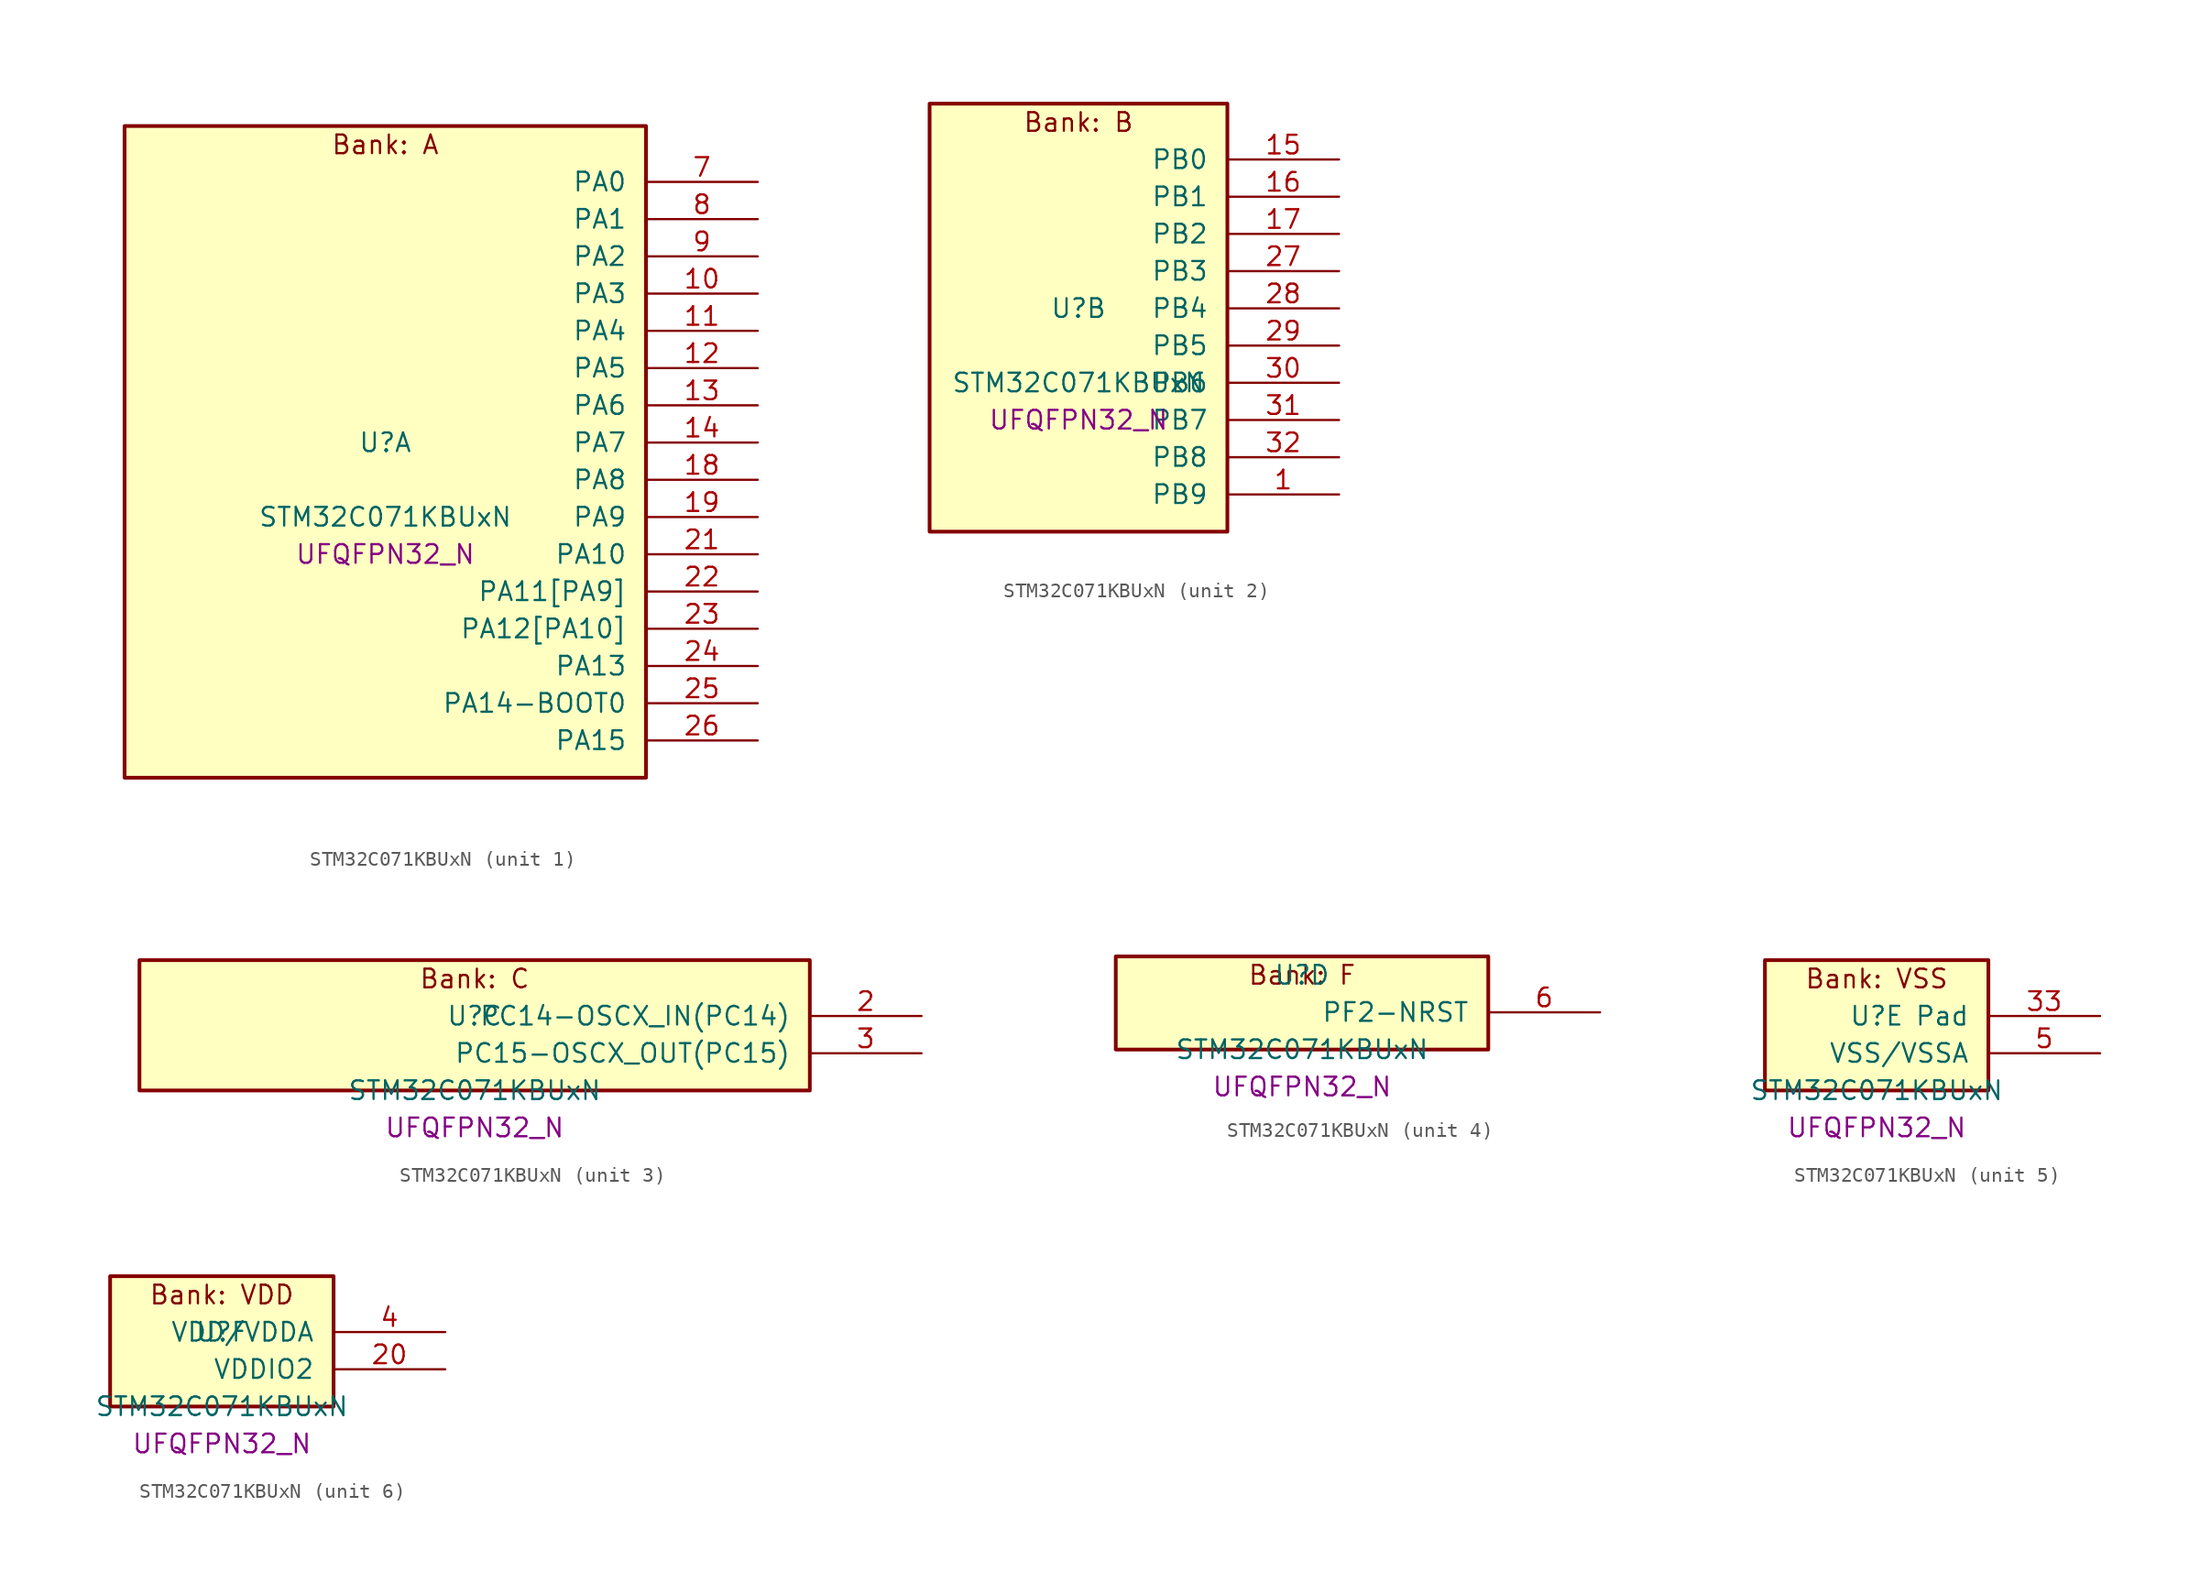
<source format=kicad_sym>
(kicad_symbol_lib
  (version 20241209)
  (generator "stm32_pkl_generator")
  (generator_version "1.0")
  (symbol "STM32C071KBUxN"
    (pin_names
      (offset 1.27))
    (property "Reference" "U"
      (at 0 2.54 0))
    (property "Value" "STM32C071KBUxN"
      (at 0 -2.54 0))
    (property "Footprint" "UFQFPN32_N"
      (at 0 -5.08 0))
    (symbol "STM32C071KBUxN_1_1"
      (rectangle (start -17.78 24.13) (end 17.78 -20.32) (stroke (width 0.254) (type solid)) (fill (type background)))
      (text "Bank: A" (at 0 22.86 0))
      (pin bidirectional line (at 25.4 20.32 180) (length 7.62) (name "PA0") (number "7") (alternate "PA0/ADC1_IN0" bidirectional line) (alternate "PA0/PWR_WKUP1" bidirectional line) (alternate "PA0/SPI2_SCK" bidirectional line) (alternate "PA0/TIM16_CH1" bidirectional line) (alternate "PA0/TIM1_CH1" bidirectional line) (alternate "PA0/TIM2_CH1" bidirectional line) (alternate "PA0/TIM2_ETR" bidirectional line) (alternate "PA0/USART1_TX" bidirectional line) (alternate "PA0/USART2_CTS" bidirectional line) (alternate "PA0/USART2_NSS" bidirectional line))
      (pin bidirectional line (at 25.4 17.78 180) (length 7.62) (name "PA1") (number "8") (alternate "PA1/ADC1_IN1" bidirectional line) (alternate "PA1/I2C1_SMBA" bidirectional line) (alternate "PA1/I2S1_CK" bidirectional line) (alternate "PA1/SPI1_SCK" bidirectional line) (alternate "PA1/TIM17_CH1" bidirectional line) (alternate "PA1/TIM1_CH2" bidirectional line) (alternate "PA1/TIM2_CH2" bidirectional line) (alternate "PA1/USART1_RX" bidirectional line) (alternate "PA1/USART2_CK" bidirectional line) (alternate "PA1/USART2_DE" bidirectional line) (alternate "PA1/USART2_RTS" bidirectional line))
      (pin bidirectional line (at 25.4 15.24 180) (length 7.62) (name "PA2") (number "9") (alternate "PA2/ADC1_IN2" bidirectional line) (alternate "PA2/I2S1_SD" bidirectional line) (alternate "PA2/PWR_WKUP4" bidirectional line) (alternate "PA2/RCC_LSCO" bidirectional line) (alternate "PA2/SPI1_MOSI" bidirectional line) (alternate "PA2/TIM16_CH1N" bidirectional line) (alternate "PA2/TIM1_CH3" bidirectional line) (alternate "PA2/TIM2_CH3" bidirectional line) (alternate "PA2/TIM3_ETR" bidirectional line) (alternate "PA2/USART2_TX" bidirectional line))
      (pin bidirectional line (at 25.4 12.7 180) (length 7.62) (name "PA3") (number "10") (alternate "PA3/ADC1_IN3" bidirectional line) (alternate "PA3/SPI2_MISO" bidirectional line) (alternate "PA3/TIM1_CH1N" bidirectional line) (alternate "PA3/TIM1_CH4" bidirectional line) (alternate "PA3/TIM2_CH4" bidirectional line) (alternate "PA3/USART2_RX" bidirectional line))
      (pin bidirectional line (at 25.4 10.16 180) (length 7.62) (name "PA4") (number "11") (alternate "PA4/ADC1_IN4" bidirectional line) (alternate "PA4/I2S1_WS" bidirectional line) (alternate "PA4/PWR_WKUP2" bidirectional line) (alternate "PA4/RTC_OUT1" bidirectional line) (alternate "PA4/RTC_TS" bidirectional line) (alternate "PA4/SPI1_NSS" bidirectional line) (alternate "PA4/SPI2_MOSI" bidirectional line) (alternate "PA4/TIM14_CH1" bidirectional line) (alternate "PA4/TIM17_CH1N" bidirectional line) (alternate "PA4/TIM1_CH2N" bidirectional line) (alternate "PA4/USART2_TX" bidirectional line) (alternate "PA4/USB_NOE" bidirectional line))
      (pin bidirectional line (at 25.4 7.62 180) (length 7.62) (name "PA5") (number "12") (alternate "PA5/ADC1_IN5" bidirectional line) (alternate "PA5/I2S1_CK" bidirectional line) (alternate "PA5/SPI1_SCK" bidirectional line) (alternate "PA5/TIM1_CH1" bidirectional line) (alternate "PA5/TIM1_CH3N" bidirectional line) (alternate "PA5/TIM2_CH1" bidirectional line) (alternate "PA5/TIM2_ETR" bidirectional line) (alternate "PA5/USART2_RX" bidirectional line))
      (pin bidirectional line (at 25.4 5.08 180) (length 7.62) (name "PA6") (number "13") (alternate "PA6/ADC1_IN6" bidirectional line) (alternate "PA6/I2C2_SDA" bidirectional line) (alternate "PA6/I2S1_MCK" bidirectional line) (alternate "PA6/SPI1_MISO" bidirectional line) (alternate "PA6/TIM16_CH1" bidirectional line) (alternate "PA6/TIM1_BKIN" bidirectional line) (alternate "PA6/TIM3_CH1" bidirectional line))
      (pin bidirectional line (at 25.4 2.54 180) (length 7.62) (name "PA7") (number "14") (alternate "PA7/ADC1_IN7" bidirectional line) (alternate "PA7/I2C2_SCL" bidirectional line) (alternate "PA7/I2S1_SD" bidirectional line) (alternate "PA7/SPI1_MOSI" bidirectional line) (alternate "PA7/TIM14_CH1" bidirectional line) (alternate "PA7/TIM17_CH1" bidirectional line) (alternate "PA7/TIM1_CH1N" bidirectional line) (alternate "PA7/TIM3_CH2" bidirectional line))
      (pin bidirectional line (at 25.4 0 180) (length 7.62) (name "PA8") (number "18") (alternate "PA8/ADC1_IN8" bidirectional line) (alternate "PA8/CRS_SYNC" bidirectional line) (alternate "PA8/I2S1_WS" bidirectional line) (alternate "PA8/RCC_MCO" bidirectional line) (alternate "PA8/RCC_MCO_2" bidirectional line) (alternate "PA8/SPI1_NSS" bidirectional line) (alternate "PA8/SPI2_MISO" bidirectional line) (alternate "PA8/SPI2_NSS" bidirectional line) (alternate "PA8/TIM14_CH1" bidirectional line) (alternate "PA8/TIM1_CH1" bidirectional line) (alternate "PA8/TIM1_CH2N" bidirectional line) (alternate "PA8/TIM1_CH3N" bidirectional line) (alternate "PA8/TIM3_CH3" bidirectional line) (alternate "PA8/TIM3_CH4" bidirectional line) (alternate "PA8/USART1_RX" bidirectional line) (alternate "PA8/USART2_TX" bidirectional line))
      (pin bidirectional line (at 25.4 -2.54 180) (length 7.62) (name "PA9") (number "19") (alternate "PA9/I2C1_SCL" bidirectional line) (alternate "PA9/I2C2_SCL" bidirectional line) (alternate "PA9/RCC_MCO" bidirectional line) (alternate "PA9/SPI2_MISO" bidirectional line) (alternate "PA9/TIM1_CH2" bidirectional line) (alternate "PA9/TIM3_ETR" bidirectional line) (alternate "PA9/USART1_TX" bidirectional line) (alternate "PA9/NC" bidirectional line))
      (pin bidirectional line (at 25.4 -5.08 180) (length 7.62) (name "PA10") (number "21") (alternate "PA10/I2C1_SDA" bidirectional line) (alternate "PA10/I2C2_SDA" bidirectional line) (alternate "PA10/RCC_MCO_2" bidirectional line) (alternate "PA10/SPI2_MOSI" bidirectional line) (alternate "PA10/TIM17_BKIN" bidirectional line) (alternate "PA10/TIM1_CH3" bidirectional line) (alternate "PA10/USART1_RX" bidirectional line) (alternate "PA10/NC" bidirectional line))
      (pin bidirectional line (at 25.4 -7.62 180) (length 7.62) (name "PA11[PA9]") (number "22") (alternate "PA11[PA9]/ADC1_EXTI11" bidirectional line) (alternate "PA11[PA9]/I2C2_SCL" bidirectional line) (alternate "PA11[PA9]/I2S1_MCK" bidirectional line) (alternate "PA11[PA9]/SPI1_MISO" bidirectional line) (alternate "PA11[PA9]/TIM1_BKIN2" bidirectional line) (alternate "PA11[PA9]/TIM1_CH4" bidirectional line) (alternate "PA11[PA9]/USART1_CTS" bidirectional line) (alternate "PA11[PA9]/USART1_NSS" bidirectional line) (alternate "PA11[PA9]/USB_DM" bidirectional line) (alternate "PA11[PA9]/PA9[PA11]" bidirectional line) (alternate "PA11[PA9]/I2C1_SCL" bidirectional line) (alternate "PA11[PA9]/RCC_MCO" bidirectional line) (alternate "PA11[PA9]/SPI2_MISO" bidirectional line) (alternate "PA11[PA9]/TIM1_CH2" bidirectional line) (alternate "PA11[PA9]/TIM3_ETR" bidirectional line) (alternate "PA11[PA9]/USART1_TX" bidirectional line))
      (pin bidirectional line (at 25.4 -10.16 180) (length 7.62) (name "PA12[PA10]") (number "23") (alternate "PA12[PA10]/I2C2_SDA" bidirectional line) (alternate "PA12[PA10]/I2S1_SD" bidirectional line) (alternate "PA12[PA10]/I2S_CKIN" bidirectional line) (alternate "PA12[PA10]/SPI1_MOSI" bidirectional line) (alternate "PA12[PA10]/TIM1_ETR" bidirectional line) (alternate "PA12[PA10]/USART1_CK" bidirectional line) (alternate "PA12[PA10]/USART1_DE" bidirectional line) (alternate "PA12[PA10]/USART1_RTS" bidirectional line) (alternate "PA12[PA10]/USB_DP" bidirectional line) (alternate "PA12[PA10]/PA10[PA12]" bidirectional line) (alternate "PA12[PA10]/I2C1_SDA" bidirectional line) (alternate "PA12[PA10]/RCC_MCO_2" bidirectional line) (alternate "PA12[PA10]/SPI2_MOSI" bidirectional line) (alternate "PA12[PA10]/TIM17_BKIN" bidirectional line) (alternate "PA12[PA10]/TIM1_CH3" bidirectional line) (alternate "PA12[PA10]/USART1_RX" bidirectional line))
      (pin bidirectional line (at 25.4 -12.7 180) (length 7.62) (name "PA13") (number "24") (alternate "PA13/ADC1_IN13" bidirectional line) (alternate "PA13/DEBUG_SWDIO" bidirectional line) (alternate "PA13/IR_OUT" bidirectional line) (alternate "PA13/TIM3_ETR" bidirectional line) (alternate "PA13/USART2_RX" bidirectional line) (alternate "PA13/USB_NOE" bidirectional line))
      (pin bidirectional line (at 25.4 -15.24 180) (length 7.62) (name "PA14-BOOT0") (number "25") (alternate "PA14-BOOT0/ADC1_IN14" bidirectional line) (alternate "PA14-BOOT0/DEBUG_SWCLK" bidirectional line) (alternate "PA14-BOOT0/I2S1_WS" bidirectional line) (alternate "PA14-BOOT0/RCC_MCO_2" bidirectional line) (alternate "PA14-BOOT0/SPI1_NSS" bidirectional line) (alternate "PA14-BOOT0/TIM1_CH1" bidirectional line) (alternate "PA14-BOOT0/USART1_CK" bidirectional line) (alternate "PA14-BOOT0/USART1_DE" bidirectional line) (alternate "PA14-BOOT0/USART1_RTS" bidirectional line) (alternate "PA14-BOOT0/USART2_RX" bidirectional line) (alternate "PA14-BOOT0/USART2_TX" bidirectional line))
      (pin bidirectional line (at 25.4 -17.78 180) (length 7.62) (name "PA15") (number "26") (alternate "PA15/I2S1_WS" bidirectional line) (alternate "PA15/RCC_MCO_2" bidirectional line) (alternate "PA15/SPI1_NSS" bidirectional line) (alternate "PA15/TIM1_CH1" bidirectional line) (alternate "PA15/TIM2_CH1" bidirectional line) (alternate "PA15/TIM2_ETR" bidirectional line) (alternate "PA15/USART1_CK" bidirectional line) (alternate "PA15/USART1_DE" bidirectional line) (alternate "PA15/USART1_RTS" bidirectional line) (alternate "PA15/USART2_RX" bidirectional line) (alternate "PA15/USB_NOE" bidirectional line)))
    (symbol "STM32C071KBUxN_2_1"
      (rectangle (start -10.16 16.51) (end 10.16 -12.7) (stroke (width 0.254) (type solid)) (fill (type background)))
      (text "Bank: B" (at 0 15.24 0))
      (pin bidirectional line (at 17.78 12.7 180) (length 7.62) (name "PB0") (number "15") (alternate "PB0/ADC1_IN17" bidirectional line) (alternate "PB0/I2S1_WS" bidirectional line) (alternate "PB0/SPI1_NSS" bidirectional line) (alternate "PB0/TIM1_CH2N" bidirectional line) (alternate "PB0/TIM3_CH3" bidirectional line))
      (pin bidirectional line (at 17.78 10.16 180) (length 7.62) (name "PB1") (number "16") (alternate "PB1/ADC1_IN18" bidirectional line) (alternate "PB1/TIM14_CH1" bidirectional line) (alternate "PB1/TIM1_CH2N" bidirectional line) (alternate "PB1/TIM1_CH3N" bidirectional line) (alternate "PB1/TIM3_CH4" bidirectional line))
      (pin bidirectional line (at 17.78 7.62 180) (length 7.62) (name "PB2") (number "17") (alternate "PB2/ADC1_IN19" bidirectional line) (alternate "PB2/RCC_MCO_2" bidirectional line) (alternate "PB2/SPI2_MISO" bidirectional line) (alternate "PB2/USART1_RX" bidirectional line))
      (pin bidirectional line (at 17.78 5.08 180) (length 7.62) (name "PB3") (number "27") (alternate "PB3/I2C2_SCL" bidirectional line) (alternate "PB3/I2S1_CK" bidirectional line) (alternate "PB3/SPI1_SCK" bidirectional line) (alternate "PB3/TIM1_CH2" bidirectional line) (alternate "PB3/TIM2_CH2" bidirectional line) (alternate "PB3/TIM3_CH2" bidirectional line) (alternate "PB3/USART1_CK" bidirectional line) (alternate "PB3/USART1_DE" bidirectional line) (alternate "PB3/USART1_RTS" bidirectional line))
      (pin bidirectional line (at 17.78 2.54 180) (length 7.62) (name "PB4") (number "28") (alternate "PB4/I2C2_SDA" bidirectional line) (alternate "PB4/I2S1_MCK" bidirectional line) (alternate "PB4/SPI1_MISO" bidirectional line) (alternate "PB4/TIM17_BKIN" bidirectional line) (alternate "PB4/TIM3_CH1" bidirectional line) (alternate "PB4/USART1_CTS" bidirectional line) (alternate "PB4/USART1_NSS" bidirectional line))
      (pin bidirectional line (at 17.78 0 180) (length 7.62) (name "PB5") (number "29") (alternate "PB5/I2C1_SMBA" bidirectional line) (alternate "PB5/I2S1_SD" bidirectional line) (alternate "PB5/PWR_WKUP6" bidirectional line) (alternate "PB5/SPI1_MOSI" bidirectional line) (alternate "PB5/TIM16_BKIN" bidirectional line) (alternate "PB5/TIM3_CH2" bidirectional line) (alternate "PB5/TIM3_CH3" bidirectional line))
      (pin bidirectional line (at 17.78 -2.54 180) (length 7.62) (name "PB6") (number "30") (alternate "PB6/I2C1_SCL" bidirectional line) (alternate "PB6/I2C1_SMBA" bidirectional line) (alternate "PB6/I2S1_CK" bidirectional line) (alternate "PB6/I2S1_MCK" bidirectional line) (alternate "PB6/I2S1_SD" bidirectional line) (alternate "PB6/PWR_WKUP3" bidirectional line) (alternate "PB6/SPI1_MISO" bidirectional line) (alternate "PB6/SPI1_MOSI" bidirectional line) (alternate "PB6/SPI1_SCK" bidirectional line) (alternate "PB6/SPI2_MISO" bidirectional line) (alternate "PB6/TIM16_BKIN" bidirectional line) (alternate "PB6/TIM16_CH1N" bidirectional line) (alternate "PB6/TIM17_BKIN" bidirectional line) (alternate "PB6/TIM1_CH2" bidirectional line) (alternate "PB6/TIM1_CH3" bidirectional line) (alternate "PB6/TIM3_CH1" bidirectional line) (alternate "PB6/TIM3_CH2" bidirectional line) (alternate "PB6/TIM3_CH3" bidirectional line) (alternate "PB6/USART1_CTS" bidirectional line) (alternate "PB6/USART1_NSS" bidirectional line) (alternate "PB6/USART1_TX" bidirectional line))
      (pin bidirectional line (at 17.78 -5.08 180) (length 7.62) (name "PB7") (number "31") (alternate "PB7/I2C1_SCL" bidirectional line) (alternate "PB7/I2C1_SDA" bidirectional line) (alternate "PB7/RTC_REFIN" bidirectional line) (alternate "PB7/SPI2_MOSI" bidirectional line) (alternate "PB7/TIM16_CH1" bidirectional line) (alternate "PB7/TIM17_CH1N" bidirectional line) (alternate "PB7/TIM1_CH4" bidirectional line) (alternate "PB7/TIM3_CH1" bidirectional line) (alternate "PB7/TIM3_CH4" bidirectional line) (alternate "PB7/USART1_RX" bidirectional line) (alternate "PB7/USART2_CTS" bidirectional line) (alternate "PB7/USART2_NSS" bidirectional line))
      (pin bidirectional line (at 17.78 -7.62 180) (length 7.62) (name "PB8") (number "32") (alternate "PB8/I2C1_SCL" bidirectional line) (alternate "PB8/SPI2_SCK" bidirectional line) (alternate "PB8/TIM16_CH1" bidirectional line) (alternate "PB8/TIM3_CH1" bidirectional line) (alternate "PB8/USART2_CTS" bidirectional line) (alternate "PB8/USART2_NSS" bidirectional line))
      (pin bidirectional line (at 17.78 -10.16 180) (length 7.62) (name "PB9") (number "1") (alternate "PB9/I2C1_SDA" bidirectional line) (alternate "PB9/IR_OUT" bidirectional line) (alternate "PB9/SPI2_NSS" bidirectional line) (alternate "PB9/TIM17_CH1" bidirectional line) (alternate "PB9/TIM3_CH2" bidirectional line) (alternate "PB9/USART2_CK" bidirectional line) (alternate "PB9/USART2_DE" bidirectional line) (alternate "PB9/USART2_RTS" bidirectional line)))
    (symbol "STM32C071KBUxN_3_1"
      (rectangle (start -22.86 6.35) (end 22.86 -2.54) (stroke (width 0.254) (type solid)) (fill (type background)))
      (text "Bank: C" (at 0 5.08 0))
      (pin bidirectional line (at 30.48 2.54 180) (length 7.62) (name "PC14-OSCX_IN(PC14)") (number "2") (alternate "PC14-OSCX_IN(PC14)/I2C1_SDA" bidirectional line) (alternate "PC14-OSCX_IN(PC14)/IR_OUT" bidirectional line) (alternate "PC14-OSCX_IN(PC14)/RCC_OSCX_IN" bidirectional line) (alternate "PC14-OSCX_IN(PC14)/SPI2_NSS" bidirectional line) (alternate "PC14-OSCX_IN(PC14)/TIM17_CH1" bidirectional line) (alternate "PC14-OSCX_IN(PC14)/TIM1_BKIN2" bidirectional line) (alternate "PC14-OSCX_IN(PC14)/TIM1_ETR" bidirectional line) (alternate "PC14-OSCX_IN(PC14)/TIM3_CH2" bidirectional line) (alternate "PC14-OSCX_IN(PC14)/USART1_TX" bidirectional line) (alternate "PC14-OSCX_IN(PC14)/USART2_CK" bidirectional line) (alternate "PC14-OSCX_IN(PC14)/USART2_DE" bidirectional line) (alternate "PC14-OSCX_IN(PC14)/USART2_RTS" bidirectional line))
      (pin bidirectional line (at 30.48 0 180) (length 7.62) (name "PC15-OSCX_OUT(PC15)") (number "3") (alternate "PC15-OSCX_OUT(PC15)/RCC_OSC32_EN" bidirectional line) (alternate "PC15-OSCX_OUT(PC15)/RCC_OSCX_OUT" bidirectional line) (alternate "PC15-OSCX_OUT(PC15)/RCC_OSC_EN" bidirectional line) (alternate "PC15-OSCX_OUT(PC15)/TIM1_ETR" bidirectional line) (alternate "PC15-OSCX_OUT(PC15)/TIM3_CH3" bidirectional line)))
    (symbol "STM32C071KBUxN_4_1"
      (rectangle (start -12.7 3.81) (end 12.7 -2.54) (stroke (width 0.254) (type solid)) (fill (type background)))
      (text "Bank: F" (at 0 2.54 0))
      (pin bidirectional line (at 20.32 0 180) (length 7.62) (name "PF2-NRST") (number "6") (alternate "PF2-NRST/RCC_MCO" bidirectional line) (alternate "PF2-NRST/TIM1_CH4" bidirectional line)))
    (symbol "STM32C071KBUxN_5_1"
      (rectangle (start -7.62 6.35) (end 7.62 -2.54) (stroke (width 0.254) (type solid)) (fill (type background)))
      (text "Bank: VSS" (at 0 5.08 0))
      (pin passive line (at 15.24 2.54 180) (length 7.62) (name "Pad") (number "33"))
      (pin power_in line (at 15.24 0 180) (length 7.62) (name "VSS/VSSA") (number "5")))
    (symbol "STM32C071KBUxN_6_1"
      (rectangle (start -7.62 6.35) (end 7.62 -2.54) (stroke (width 0.254) (type solid)) (fill (type background)))
      (text "Bank: VDD" (at 0 5.08 0))
      (pin power_in line (at 15.24 2.54 180) (length 7.62) (name "VDD/VDDA") (number "4"))
      (pin power_in line (at 15.24 0 180) (length 7.62) (name "VDDIO2") (number "20")))))
</source>
